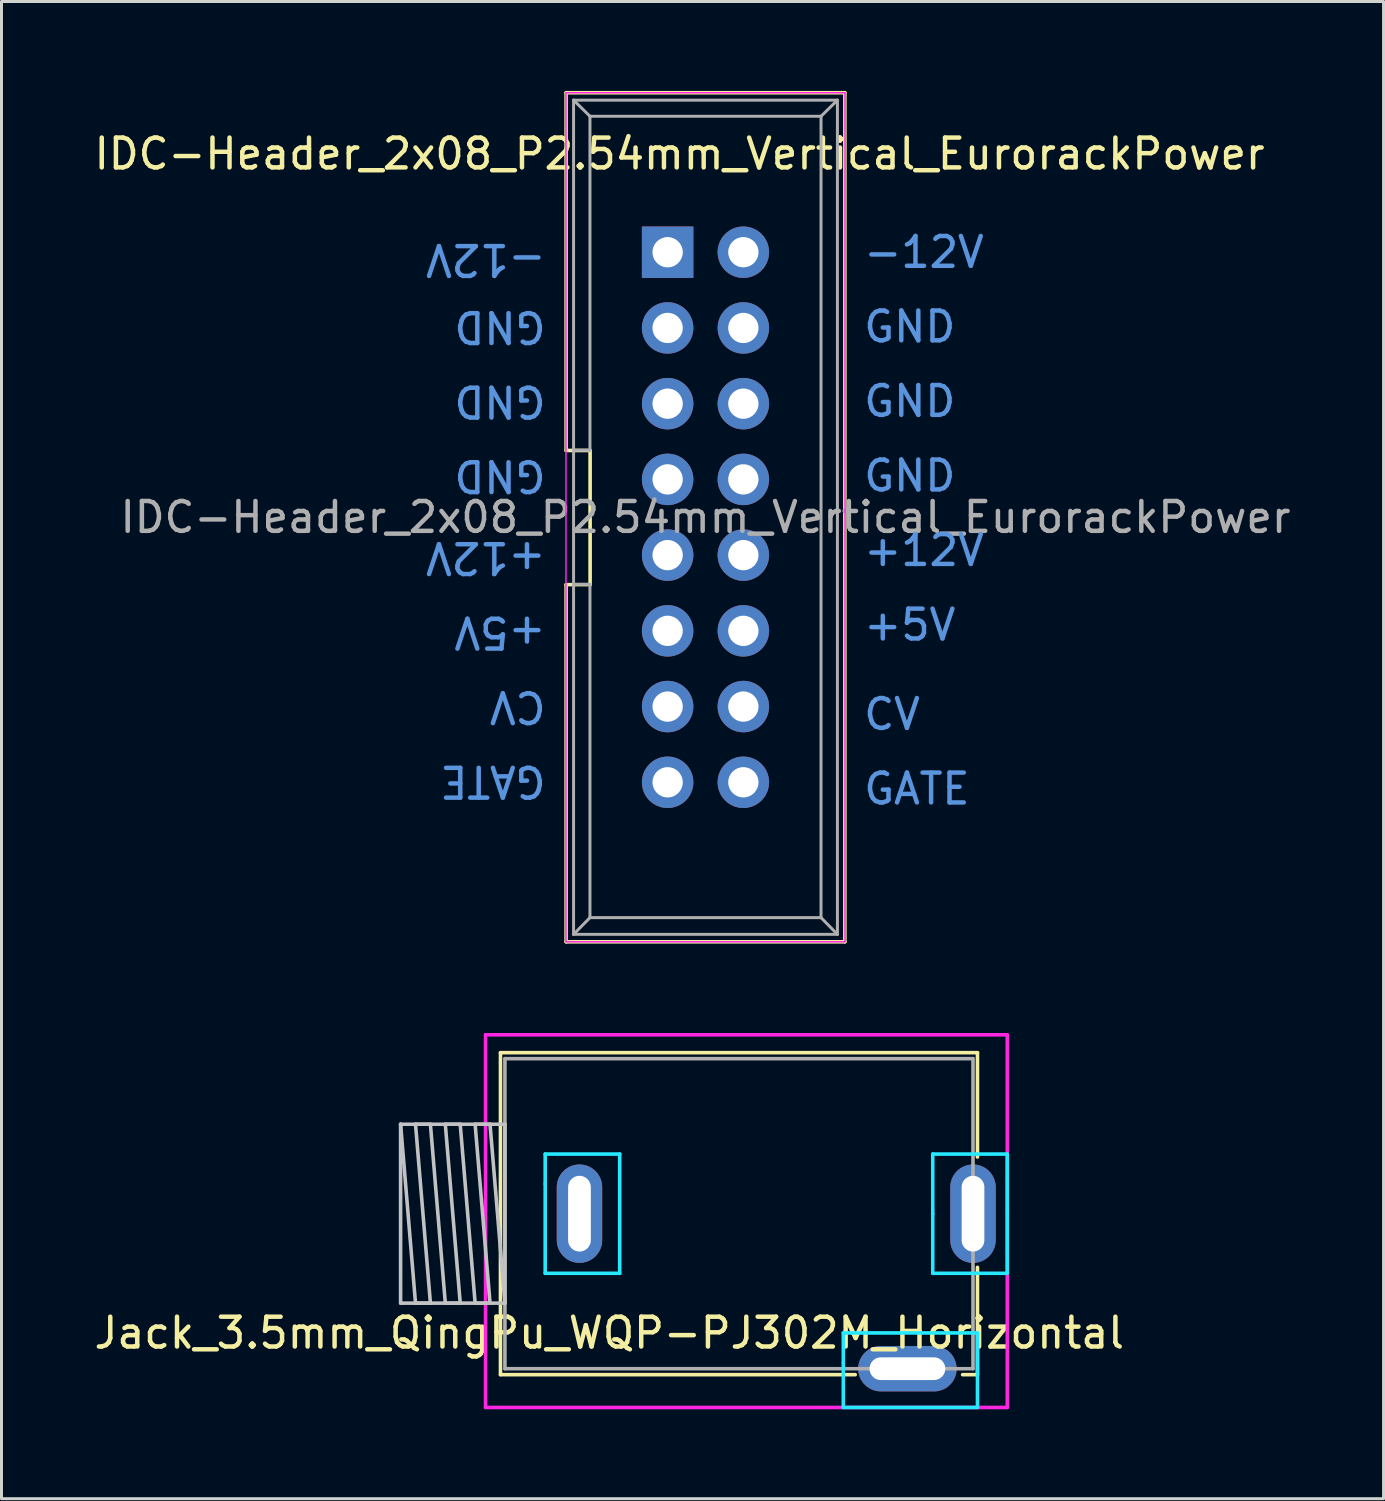
<source format=kicad_pcb>
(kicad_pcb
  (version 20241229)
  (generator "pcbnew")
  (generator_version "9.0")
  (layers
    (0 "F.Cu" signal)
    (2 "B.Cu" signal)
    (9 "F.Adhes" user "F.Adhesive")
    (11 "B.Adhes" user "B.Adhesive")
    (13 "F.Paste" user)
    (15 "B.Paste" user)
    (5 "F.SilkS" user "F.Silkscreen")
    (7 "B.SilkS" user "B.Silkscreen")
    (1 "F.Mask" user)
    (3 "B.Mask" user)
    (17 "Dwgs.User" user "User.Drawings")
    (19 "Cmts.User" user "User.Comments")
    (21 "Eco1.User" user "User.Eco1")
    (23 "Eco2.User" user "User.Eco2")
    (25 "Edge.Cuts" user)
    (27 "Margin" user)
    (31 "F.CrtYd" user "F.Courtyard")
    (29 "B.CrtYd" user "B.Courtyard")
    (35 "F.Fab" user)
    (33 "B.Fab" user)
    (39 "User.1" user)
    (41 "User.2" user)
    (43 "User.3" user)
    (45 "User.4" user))
  (footprint "Jack_3.5mm_QingPu_WQP-PJ302M_Horizontal"
    (layer "F.Cu")
    (at 21.737 37.66)
    (property "Reference" "Jack_3.5mm_QingPu_WQP-PJ302M_Horizontal" (at -4.35 4 0) (layer "F.SilkS") (effects (font (size 1 1) (thickness 0.15))))
    (attr through_hole)
    (fp_line (start -8 -5.4) (end 8 -5.4) (stroke (width 0.12) (type solid)) (layer "F.SilkS"))
    (fp_line (start -8 5.4) (end -8 -5.4) (stroke (width 0.12) (type solid)) (layer "F.SilkS"))
    (fp_line (start 3.9 5.4) (end -8 5.4) (stroke (width 0.12) (type solid)) (layer "F.SilkS"))
    (fp_line (start 8 -5.4) (end 8 -1.9) (stroke (width 0.12) (type solid)) (layer "F.SilkS"))
    (fp_line (start 8 1.8) (end 8 5.4) (stroke (width 0.12) (type solid)) (layer "F.SilkS"))
    (fp_line (start 8 5.4) (end 7.5 5.4) (stroke (width 0.12) (type solid)) (layer "F.SilkS"))
    (fp_line (start -11.35 -3) (end -7.85 -3) (stroke (width 0.12) (type solid)) (layer "Dwgs.User"))
    (fp_line (start -11.35 3) (end -11.35 -3) (stroke (width 0.12) (type solid)) (layer "Dwgs.User"))
    (fp_line (start -10.85 -3) (end -10.35 3) (stroke (width 0.12) (type solid)) (layer "Dwgs.User"))
    (fp_line (start -10.85 3) (end -11.35 -3) (stroke (width 0.12) (type solid)) (layer "Dwgs.User"))
    (fp_line (start -10.35 -3) (end -10.85 -3) (stroke (width 0.12) (type solid)) (layer "Dwgs.User"))
    (fp_line (start -10.35 3) (end -10.85 3) (stroke (width 0.12) (type solid)) (layer "Dwgs.User"))
    (fp_line (start -9.85 -3) (end -9.35 3) (stroke (width 0.12) (type solid)) (layer "Dwgs.User"))
    (fp_line (start -9.85 3) (end -10.35 -3) (stroke (width 0.12) (type solid)) (layer "Dwgs.User"))
    (fp_line (start -9.35 -3) (end -9.85 -3) (stroke (width 0.12) (type solid)) (layer "Dwgs.User"))
    (fp_line (start -9.35 3) (end -9.85 3) (stroke (width 0.12) (type solid)) (layer "Dwgs.User"))
    (fp_line (start -8.85 -3) (end -8.35 3) (stroke (width 0.12) (type solid)) (layer "Dwgs.User"))
    (fp_line (start -8.85 3) (end -9.35 -3) (stroke (width 0.12) (type solid)) (layer "Dwgs.User"))
    (fp_line (start -8.35 -3) (end -8.85 -3) (stroke (width 0.12) (type solid)) (layer "Dwgs.User"))
    (fp_line (start -8.35 3) (end -8.85 3) (stroke (width 0.12) (type solid)) (layer "Dwgs.User"))
    (fp_line (start -7.85 -3) (end -7.85 3) (stroke (width 0.12) (type solid)) (layer "Dwgs.User"))
    (fp_line (start -7.85 3) (end -11.35 3) (stroke (width 0.12) (type solid)) (layer "Dwgs.User"))
    (fp_line (start -7.85 3) (end -8.35 -3) (stroke (width 0.12) (type solid)) (layer "Dwgs.User"))
    (fp_line (start -6.5 -2) (end -4 -2) (stroke (width 0.12) (type solid)) (layer "B.CrtYd"))
    (fp_line (start -6.5 -1) (end -6.5 -2) (stroke (width 0.12) (type solid)) (layer "B.CrtYd"))
    (fp_line (start -6.5 2) (end -6.5 -1) (stroke (width 0.12) (type solid)) (layer "B.CrtYd"))
    (fp_line (start -4 -2) (end -4 2) (stroke (width 0.12) (type solid)) (layer "B.CrtYd"))
    (fp_line (start -4 2) (end -6.5 2) (stroke (width 0.12) (type solid)) (layer "B.CrtYd"))
    (fp_line (start 3.5 4) (end 8 4) (stroke (width 0.12) (type solid)) (layer "B.CrtYd"))
    (fp_line (start 3.5 5) (end 3.5 4) (stroke (width 0.12) (type solid)) (layer "B.CrtYd"))
    (fp_line (start 3.5 6.5) (end 3.5 5) (stroke (width 0.12) (type solid)) (layer "B.CrtYd"))
    (fp_line (start 6.5 -2) (end 9 -2) (stroke (width 0.12) (type solid)) (layer "B.CrtYd"))
    (fp_line (start 6.5 0) (end 6.5 -2) (stroke (width 0.12) (type solid)) (layer "B.CrtYd"))
    (fp_line (start 6.5 2) (end 6.5 0) (stroke (width 0.12) (type solid)) (layer "B.CrtYd"))
    (fp_line (start 8 4) (end 8 6.5) (stroke (width 0.12) (type solid)) (layer "B.CrtYd"))
    (fp_line (start 8 6.5) (end 3.5 6.5) (stroke (width 0.12) (type solid)) (layer "B.CrtYd"))
    (fp_line (start 9 -2) (end 9 2) (stroke (width 0.12) (type solid)) (layer "B.CrtYd"))
    (fp_line (start 9 2) (end 6.5 2) (stroke (width 0.12) (type solid)) (layer "B.CrtYd"))
    (fp_line (start -8.5 -6) (end -8.5 6.5) (stroke (width 0.12) (type solid)) (layer "F.CrtYd"))
    (fp_line (start -8.5 6.5) (end 9 6.5) (stroke (width 0.12) (type solid)) (layer "F.CrtYd"))
    (fp_line (start 9 -6) (end -8.5 -6) (stroke (width 0.12) (type solid)) (layer "F.CrtYd"))
    (fp_line (start 9 0) (end 9 -6) (stroke (width 0.12) (type solid)) (layer "F.CrtYd"))
    (fp_line (start 9 6.5) (end 9 0) (stroke (width 0.12) (type solid)) (layer "F.CrtYd"))
    (fp_line (start -7.85 -5.2) (end -7.85 5.2) (stroke (width 0.12) (type solid)) (layer "F.Fab"))
    (fp_line (start -7.85 5.2) (end 7.85 5.2) (stroke (width 0.12) (type solid)) (layer "F.Fab"))
    (fp_line (start 7.85 -5.2) (end -7.85 -5.2) (stroke (width 0.12) (type solid)) (layer "F.Fab"))
    (fp_line (start 7.85 5.2) (end 7.85 -5.2) (stroke (width 0.12) (type solid)) (layer "F.Fab"))
    (pad "S" thru_hole oval (at -5.35 0) (size 1.524 3.302) (drill oval 0.762 2.54) (layers "*.Cu" "*.Mask"))
    (pad "T" thru_hole oval (at 7.85 0) (size 1.524 3.302) (drill oval 0.762 2.54) (layers "*.Cu" "*.Mask"))
    (pad "TN" thru_hole oval (at 5.65 5.2) (size 3.302 1.524) (drill oval 2.54 0.762) (layers "*.Cu" "*.Mask")))
  (footprint "IDC-Header_2x08_P2.54mm_Vertical_EurorackPower"
    (layer "F.Cu")
    (at 19.344 5.41)
    (property "Reference" "IDC-Header_2x08_P2.54mm_Vertical_EurorackPower" (at 0.4 -3.3 0) (layer "F.SilkS") (effects (font (size 1 1) (thickness 0.15))))
    (attr through_hole)
    (fp_line (start -3.405 -5.35) (end 5.945 -5.35) (stroke (width 0.12) (type solid)) (layer "F.SilkS"))
    (fp_line (start -3.405 6.65) (end -3.405 -5.35) (stroke (width 0.12) (type solid)) (layer "F.SilkS"))
    (fp_line (start -3.405 11.15) (end -2.6 11.15) (stroke (width 0.12) (type solid)) (layer "F.SilkS"))
    (fp_line (start -3.405 23.13) (end -3.405 11.15) (stroke (width 0.12) (type solid)) (layer "F.SilkS"))
    (fp_line (start -2.6 6.65) (end -3.405 6.65) (stroke (width 0.12) (type solid)) (layer "F.SilkS"))
    (fp_line (start -2.6 11.15) (end -2.6 6.65) (stroke (width 0.12) (type solid)) (layer "F.SilkS"))
    (fp_line (start 5.945 -5.35) (end 5.945 23.13) (stroke (width 0.12) (type solid)) (layer "F.SilkS"))
    (fp_line (start 5.945 23.13) (end -3.405 23.13) (stroke (width 0.12) (type solid)) (layer "F.SilkS"))
    (fp_line (start -3.41 -5.35) (end 5.95 -5.35) (stroke (width 0.05) (type solid)) (layer "F.CrtYd"))
    (fp_line (start -3.41 23.13) (end -3.41 -5.35) (stroke (width 0.05) (type solid)) (layer "F.CrtYd"))
    (fp_line (start 5.95 -5.35) (end 5.95 23.13) (stroke (width 0.05) (type solid)) (layer "F.CrtYd"))
    (fp_line (start 5.95 23.13) (end -3.41 23.13) (stroke (width 0.05) (type solid)) (layer "F.CrtYd"))
    (fp_line (start -3.155 -5.1) (end -3.155 22.88) (stroke (width 0.1) (type solid)) (layer "F.Fab"))
    (fp_line (start -3.155 -5.1) (end -2.605 -4.56) (stroke (width 0.1) (type solid)) (layer "F.Fab"))
    (fp_line (start -3.155 22.88) (end -2.605 22.32) (stroke (width 0.1) (type solid)) (layer "F.Fab"))
    (fp_line (start -2.605 -4.56) (end -2.605 6.64) (stroke (width 0.1) (type solid)) (layer "F.Fab"))
    (fp_line (start -2.605 6.64) (end -3.155 6.64) (stroke (width 0.1) (type solid)) (layer "F.Fab"))
    (fp_line (start -2.605 11.14) (end -3.155 11.14) (stroke (width 0.1) (type solid)) (layer "F.Fab"))
    (fp_line (start -2.605 11.14) (end -2.605 22.32) (stroke (width 0.1) (type solid)) (layer "F.Fab"))
    (fp_line (start 5.145 -4.56) (end -2.605 -4.56) (stroke (width 0.1) (type solid)) (layer "F.Fab"))
    (fp_line (start 5.145 -4.56) (end 5.145 22.32) (stroke (width 0.1) (type solid)) (layer "F.Fab"))
    (fp_line (start 5.145 22.32) (end -2.605 22.32) (stroke (width 0.1) (type solid)) (layer "F.Fab"))
    (fp_line (start 5.695 -5.1) (end -3.155 -5.1) (stroke (width 0.1) (type solid)) (layer "F.Fab"))
    (fp_line (start 5.695 -5.1) (end 5.145 -4.56) (stroke (width 0.1) (type solid)) (layer "F.Fab"))
    (fp_line (start 5.695 -5.1) (end 5.695 22.88) (stroke (width 0.1) (type solid)) (layer "F.Fab"))
    (fp_line (start 5.695 22.88) (end -3.155 22.88) (stroke (width 0.1) (type solid)) (layer "F.Fab"))
    (fp_line (start 5.695 22.88) (end 5.145 22.32) (stroke (width 0.1) (type solid)) (layer "F.Fab"))
    (fp_text user "+5V" (at -4 12.75 180) (unlocked yes) (layer "Cmts.User") (effects (font (size 1 1) (thickness 0.15)) (justify left)))
    (fp_text user "GND" (at 6.5 5 0) (unlocked yes) (layer "Cmts.User") (effects (font (size 1 1) (thickness 0.15)) (justify left)))
    (fp_text user "GND" (at -4 7.5 180) (unlocked yes) (layer "Cmts.User") (effects (font (size 1 1) (thickness 0.15)) (justify left)))
    (fp_text user "GND" (at -4 2.5 180) (unlocked yes) (layer "Cmts.User") (effects (font (size 1 1) (thickness 0.15)) (justify left)))
    (fp_text user "GATE" (at 6.5 18 0) (unlocked yes) (layer "Cmts.User") (effects (font (size 1 1) (thickness 0.15)) (justify left)))
    (fp_text user "GND" (at -4 5 180) (unlocked yes) (layer "Cmts.User") (effects (font (size 1 1) (thickness 0.15)) (justify left)))
    (fp_text user "CV" (at 6.5 15.5 0) (unlocked yes) (layer "Cmts.User") (effects (font (size 1 1) (thickness 0.15)) (justify left)))
    (fp_text user "+12V" (at -4 10.25 180) (unlocked yes) (layer "Cmts.User") (effects (font (size 1 1) (thickness 0.15)) (justify left)))
    (fp_text user "-12V" (at -4 0.25 180) (unlocked yes) (layer "Cmts.User") (effects (font (size 1 1) (thickness 0.15)) (justify left)))
    (fp_text user "GND" (at 6.5 7.5 0) (unlocked yes) (layer "Cmts.User") (effects (font (size 1 1) (thickness 0.15)) (justify left)))
    (fp_text user "GND" (at 6.5 2.5 0) (unlocked yes) (layer "Cmts.User") (effects (font (size 1 1) (thickness 0.15)) (justify left)))
    (fp_text user "CV" (at -4 15.25 180) (unlocked yes) (layer "Cmts.User") (effects (font (size 1 1) (thickness 0.15)) (justify left)))
    (fp_text user "+12V" (at 6.5 10 0) (unlocked yes) (layer "Cmts.User") (effects (font (size 1 1) (thickness 0.15)) (justify left)))
    (fp_text user "+5V" (at 6.5 12.5 0) (unlocked yes) (layer "Cmts.User") (effects (font (size 1 1) (thickness 0.15)) (justify left)))
    (fp_text user "-12V" (at 6.5 0 0) (unlocked yes) (layer "Cmts.User") (effects (font (size 1 1) (thickness 0.15)) (justify left)))
    (fp_text user "GATE" (at -4 17.75 180) (unlocked yes) (layer "Cmts.User") (effects (font (size 1 1) (thickness 0.15)) (justify left)))
    (fp_text user "${REFERENCE}" (at 1.27 8.89 0) (layer "F.Fab") (effects (font (size 1 1) (thickness 0.15))))
    (pad "1" thru_hole rect (at 0 0) (size 1.727 1.727) (drill 1.016) (layers "*.Cu" "*.Mask"))
    (pad "2" thru_hole oval (at 2.54 0) (size 1.727 1.727) (drill 1.016) (layers "*.Cu" "*.Mask"))
    (pad "3" thru_hole oval (at 0 2.54) (size 1.727 1.727) (drill 1.016) (layers "*.Cu" "*.Mask"))
    (pad "4" thru_hole oval (at 2.54 2.54) (size 1.727 1.727) (drill 1.016) (layers "*.Cu" "*.Mask"))
    (pad "5" thru_hole oval (at 0 5.08) (size 1.727 1.727) (drill 1.016) (layers "*.Cu" "*.Mask"))
    (pad "6" thru_hole oval (at 2.54 5.08) (size 1.727 1.727) (drill 1.016) (layers "*.Cu" "*.Mask"))
    (pad "7" thru_hole oval (at 0 7.62) (size 1.727 1.727) (drill 1.016) (layers "*.Cu" "*.Mask"))
    (pad "8" thru_hole oval (at 2.54 7.62) (size 1.727 1.727) (drill 1.016) (layers "*.Cu" "*.Mask"))
    (pad "9" thru_hole oval (at 0 10.16) (size 1.727 1.727) (drill 1.016) (layers "*.Cu" "*.Mask"))
    (pad "10" thru_hole oval (at 2.54 10.16) (size 1.727 1.727) (drill 1.016) (layers "*.Cu" "*.Mask"))
    (pad "11" thru_hole oval (at 0 12.7) (size 1.727 1.727) (drill 1.016) (layers "*.Cu" "*.Mask"))
    (pad "12" thru_hole oval (at 2.54 12.7) (size 1.727 1.727) (drill 1.016) (layers "*.Cu" "*.Mask"))
    (pad "13" thru_hole oval (at 0 15.24) (size 1.727 1.727) (drill 1.016) (layers "*.Cu" "*.Mask"))
    (pad "14" thru_hole oval (at 2.54 15.24) (size 1.727 1.727) (drill 1.016) (layers "*.Cu" "*.Mask"))
    (pad "15" thru_hole oval (at 0 17.78) (size 1.727 1.727) (drill 1.016) (layers "*.Cu" "*.Mask"))
    (pad "16" thru_hole oval (at 2.54 17.78) (size 1.727 1.727) (drill 1.016) (layers "*.Cu" "*.Mask")))
  (gr_rect
    (start -3 -3)
    (end 43.358 47.22)
    (stroke (width 0.1) (type default))
    (fill no)
    (layer "Edge.Cuts")))
</source>
